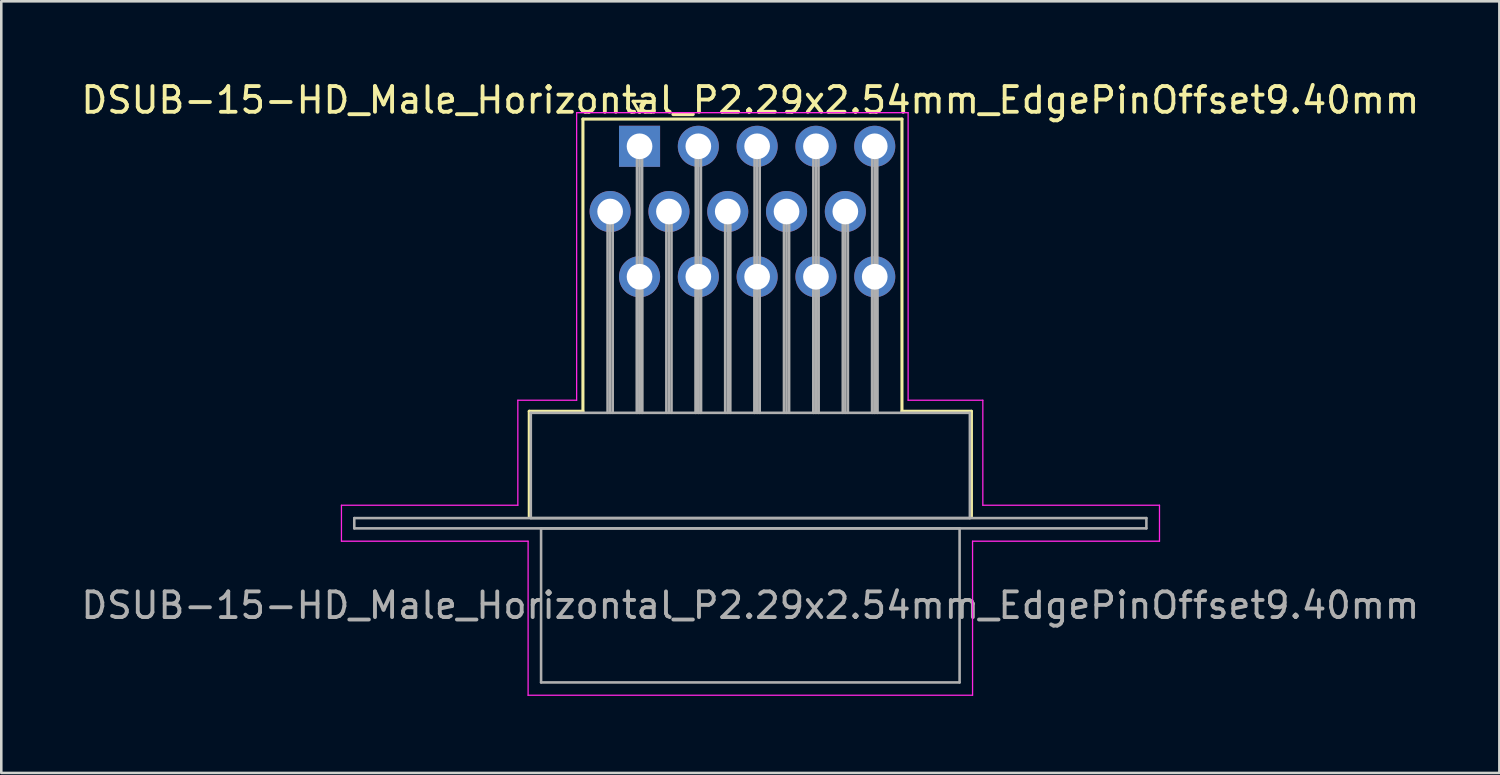
<source format=kicad_pcb>
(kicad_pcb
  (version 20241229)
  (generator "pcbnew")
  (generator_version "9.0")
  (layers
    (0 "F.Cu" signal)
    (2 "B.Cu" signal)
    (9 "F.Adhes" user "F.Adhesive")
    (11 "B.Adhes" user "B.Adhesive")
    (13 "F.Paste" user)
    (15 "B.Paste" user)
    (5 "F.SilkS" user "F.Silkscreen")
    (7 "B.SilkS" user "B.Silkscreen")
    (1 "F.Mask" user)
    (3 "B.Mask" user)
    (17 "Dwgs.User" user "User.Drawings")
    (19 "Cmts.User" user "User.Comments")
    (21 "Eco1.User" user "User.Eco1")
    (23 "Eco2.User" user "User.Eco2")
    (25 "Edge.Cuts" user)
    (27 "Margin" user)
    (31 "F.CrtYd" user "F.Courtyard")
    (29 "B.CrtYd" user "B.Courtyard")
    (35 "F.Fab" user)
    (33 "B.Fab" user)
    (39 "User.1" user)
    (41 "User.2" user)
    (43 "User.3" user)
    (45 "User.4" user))
  (footprint "DSUB-15-HD_Male_Horizontal_P2.29x2.54mm_EdgePinOffset9.40mm"
    (layer "F.Cu")
    (at 21.858 2.648)
    (property "Reference" "DSUB-15-HD_Male_Horizontal_P2.29x2.54mm_EdgePinOffset9.40mm" (at 4.315 -1.8 0) (layer "F.SilkS") (effects (font (size 1 1) (thickness 0.15))))
    (attr through_hole)
    (fp_line (start -4.295 10.32) (end -2.205 10.32) (stroke (width 0.12) (type solid)) (layer "F.SilkS"))
    (fp_line (start -4.295 14.42) (end -4.295 10.32) (stroke (width 0.12) (type solid)) (layer "F.SilkS"))
    (fp_line (start -2.205 -1.06) (end 10.22 -1.06) (stroke (width 0.12) (type solid)) (layer "F.SilkS"))
    (fp_line (start -2.205 10.32) (end -2.205 -1.06) (stroke (width 0.12) (type solid)) (layer "F.SilkS"))
    (fp_line (start -0.25 -1.754) (end 0.25 -1.754) (stroke (width 0.12) (type solid)) (layer "F.SilkS"))
    (fp_line (start 0 -1.321) (end -0.25 -1.754) (stroke (width 0.12) (type solid)) (layer "F.SilkS"))
    (fp_line (start 0.25 -1.754) (end 0 -1.321) (stroke (width 0.12) (type solid)) (layer "F.SilkS"))
    (fp_line (start 10.22 -1.06) (end 10.22 10.32) (stroke (width 0.12) (type solid)) (layer "F.SilkS"))
    (fp_line (start 10.22 10.32) (end 12.925 10.32) (stroke (width 0.12) (type solid)) (layer "F.SilkS"))
    (fp_line (start 12.925 10.32) (end 12.925 14.42) (stroke (width 0.12) (type solid)) (layer "F.SilkS"))
    (fp_line (start -11.61 13.98) (end -4.74 13.98) (stroke (width 0.05) (type solid)) (layer "F.CrtYd"))
    (fp_line (start -11.61 15.38) (end -11.61 13.98) (stroke (width 0.05) (type solid)) (layer "F.CrtYd"))
    (fp_line (start -4.74 9.89) (end -2.45 9.89) (stroke (width 0.05) (type solid)) (layer "F.CrtYd"))
    (fp_line (start -4.74 13.98) (end -4.74 9.89) (stroke (width 0.05) (type solid)) (layer "F.CrtYd"))
    (fp_line (start -4.34 15.38) (end -11.61 15.38) (stroke (width 0.05) (type solid)) (layer "F.CrtYd"))
    (fp_line (start -4.34 21.38) (end -4.34 15.38) (stroke (width 0.05) (type solid)) (layer "F.CrtYd"))
    (fp_line (start -2.45 -1.31) (end 10.46 -1.31) (stroke (width 0.05) (type solid)) (layer "F.CrtYd"))
    (fp_line (start -2.45 9.89) (end -2.45 -1.31) (stroke (width 0.05) (type solid)) (layer "F.CrtYd"))
    (fp_line (start 10.46 -1.31) (end 10.46 9.89) (stroke (width 0.05) (type solid)) (layer "F.CrtYd"))
    (fp_line (start 10.46 9.89) (end 13.37 9.89) (stroke (width 0.05) (type solid)) (layer "F.CrtYd"))
    (fp_line (start 12.97 15.38) (end 12.97 21.38) (stroke (width 0.05) (type solid)) (layer "F.CrtYd"))
    (fp_line (start 12.97 21.38) (end -4.34 21.38) (stroke (width 0.05) (type solid)) (layer "F.CrtYd"))
    (fp_line (start 13.37 9.89) (end 13.37 13.98) (stroke (width 0.05) (type solid)) (layer "F.CrtYd"))
    (fp_line (start 13.37 13.98) (end 20.25 13.98) (stroke (width 0.05) (type solid)) (layer "F.CrtYd"))
    (fp_line (start 20.25 13.98) (end 20.25 15.38) (stroke (width 0.05) (type solid)) (layer "F.CrtYd"))
    (fp_line (start 20.25 15.38) (end 12.97 15.38) (stroke (width 0.05) (type solid)) (layer "F.CrtYd"))
    (fp_line (start -11.11 14.48) (end -11.11 14.88) (stroke (width 0.1) (type solid)) (layer "F.Fab"))
    (fp_line (start -11.11 14.88) (end 19.74 14.88) (stroke (width 0.1) (type solid)) (layer "F.Fab"))
    (fp_line (start -4.235 10.38) (end -4.235 14.48) (stroke (width 0.1) (type solid)) (layer "F.Fab"))
    (fp_line (start -4.235 14.48) (end 12.865 14.48) (stroke (width 0.1) (type solid)) (layer "F.Fab"))
    (fp_line (start -3.835 14.88) (end -3.835 20.88) (stroke (width 0.1) (type solid)) (layer "F.Fab"))
    (fp_line (start -3.835 20.88) (end 12.465 20.88) (stroke (width 0.1) (type solid)) (layer "F.Fab"))
    (fp_line (start -1.245 2.54) (end -1.245 10.38) (stroke (width 0.1) (type solid)) (layer "F.Fab"))
    (fp_line (start -1.145 2.54) (end -1.145 10.38) (stroke (width 0.1) (type solid)) (layer "F.Fab"))
    (fp_line (start -1.045 2.54) (end -1.045 10.38) (stroke (width 0.1) (type solid)) (layer "F.Fab"))
    (fp_line (start -0.1 0) (end -0.1 10.38) (stroke (width 0.1) (type solid)) (layer "F.Fab"))
    (fp_line (start -0.1 5.08) (end -0.1 10.38) (stroke (width 0.1) (type solid)) (layer "F.Fab"))
    (fp_line (start 0 0) (end 0 10.38) (stroke (width 0.1) (type solid)) (layer "F.Fab"))
    (fp_line (start 0 5.08) (end 0 10.38) (stroke (width 0.1) (type solid)) (layer "F.Fab"))
    (fp_line (start 0.1 0) (end 0.1 10.38) (stroke (width 0.1) (type solid)) (layer "F.Fab"))
    (fp_line (start 0.1 5.08) (end 0.1 10.38) (stroke (width 0.1) (type solid)) (layer "F.Fab"))
    (fp_line (start 1.045 2.54) (end 1.045 10.38) (stroke (width 0.1) (type solid)) (layer "F.Fab"))
    (fp_line (start 1.145 2.54) (end 1.145 10.38) (stroke (width 0.1) (type solid)) (layer "F.Fab"))
    (fp_line (start 1.245 2.54) (end 1.245 10.38) (stroke (width 0.1) (type solid)) (layer "F.Fab"))
    (fp_line (start 2.19 0) (end 2.19 10.38) (stroke (width 0.1) (type solid)) (layer "F.Fab"))
    (fp_line (start 2.19 5.08) (end 2.19 10.38) (stroke (width 0.1) (type solid)) (layer "F.Fab"))
    (fp_line (start 2.29 0) (end 2.29 10.38) (stroke (width 0.1) (type solid)) (layer "F.Fab"))
    (fp_line (start 2.29 5.08) (end 2.29 10.38) (stroke (width 0.1) (type solid)) (layer "F.Fab"))
    (fp_line (start 2.39 0) (end 2.39 10.38) (stroke (width 0.1) (type solid)) (layer "F.Fab"))
    (fp_line (start 2.39 5.08) (end 2.39 10.38) (stroke (width 0.1) (type solid)) (layer "F.Fab"))
    (fp_line (start 3.335 2.54) (end 3.335 10.38) (stroke (width 0.1) (type solid)) (layer "F.Fab"))
    (fp_line (start 3.435 2.54) (end 3.435 10.38) (stroke (width 0.1) (type solid)) (layer "F.Fab"))
    (fp_line (start 3.535 2.54) (end 3.535 10.38) (stroke (width 0.1) (type solid)) (layer "F.Fab"))
    (fp_line (start 4.48 0) (end 4.48 10.38) (stroke (width 0.1) (type solid)) (layer "F.Fab"))
    (fp_line (start 4.48 5.08) (end 4.48 10.38) (stroke (width 0.1) (type solid)) (layer "F.Fab"))
    (fp_line (start 4.58 0) (end 4.58 10.38) (stroke (width 0.1) (type solid)) (layer "F.Fab"))
    (fp_line (start 4.58 5.08) (end 4.58 10.38) (stroke (width 0.1) (type solid)) (layer "F.Fab"))
    (fp_line (start 4.68 0) (end 4.68 10.38) (stroke (width 0.1) (type solid)) (layer "F.Fab"))
    (fp_line (start 4.68 5.08) (end 4.68 10.38) (stroke (width 0.1) (type solid)) (layer "F.Fab"))
    (fp_line (start 5.625 2.54) (end 5.625 10.38) (stroke (width 0.1) (type solid)) (layer "F.Fab"))
    (fp_line (start 5.725 2.54) (end 5.725 10.38) (stroke (width 0.1) (type solid)) (layer "F.Fab"))
    (fp_line (start 5.825 2.54) (end 5.825 10.38) (stroke (width 0.1) (type solid)) (layer "F.Fab"))
    (fp_line (start 6.77 0) (end 6.77 10.38) (stroke (width 0.1) (type solid)) (layer "F.Fab"))
    (fp_line (start 6.77 5.08) (end 6.77 10.38) (stroke (width 0.1) (type solid)) (layer "F.Fab"))
    (fp_line (start 6.87 0) (end 6.87 10.38) (stroke (width 0.1) (type solid)) (layer "F.Fab"))
    (fp_line (start 6.87 5.08) (end 6.87 10.38) (stroke (width 0.1) (type solid)) (layer "F.Fab"))
    (fp_line (start 6.97 0) (end 6.97 10.38) (stroke (width 0.1) (type solid)) (layer "F.Fab"))
    (fp_line (start 6.97 5.08) (end 6.97 10.38) (stroke (width 0.1) (type solid)) (layer "F.Fab"))
    (fp_line (start 7.915 2.54) (end 7.915 10.38) (stroke (width 0.1) (type solid)) (layer "F.Fab"))
    (fp_line (start 8.015 2.54) (end 8.015 10.38) (stroke (width 0.1) (type solid)) (layer "F.Fab"))
    (fp_line (start 8.115 2.54) (end 8.115 10.38) (stroke (width 0.1) (type solid)) (layer "F.Fab"))
    (fp_line (start 9.06 0) (end 9.06 10.38) (stroke (width 0.1) (type solid)) (layer "F.Fab"))
    (fp_line (start 9.06 5.08) (end 9.06 10.38) (stroke (width 0.1) (type solid)) (layer "F.Fab"))
    (fp_line (start 9.16 0) (end 9.16 10.38) (stroke (width 0.1) (type solid)) (layer "F.Fab"))
    (fp_line (start 9.16 5.08) (end 9.16 10.38) (stroke (width 0.1) (type solid)) (layer "F.Fab"))
    (fp_line (start 9.26 0) (end 9.26 10.38) (stroke (width 0.1) (type solid)) (layer "F.Fab"))
    (fp_line (start 9.26 5.08) (end 9.26 10.38) (stroke (width 0.1) (type solid)) (layer "F.Fab"))
    (fp_line (start 12.465 14.88) (end -3.835 14.88) (stroke (width 0.1) (type solid)) (layer "F.Fab"))
    (fp_line (start 12.465 20.88) (end 12.465 14.88) (stroke (width 0.1) (type solid)) (layer "F.Fab"))
    (fp_line (start 12.865 10.38) (end -4.235 10.38) (stroke (width 0.1) (type solid)) (layer "F.Fab"))
    (fp_line (start 12.865 14.48) (end 12.865 10.38) (stroke (width 0.1) (type solid)) (layer "F.Fab"))
    (fp_line (start 19.74 14.48) (end -11.11 14.48) (stroke (width 0.1) (type solid)) (layer "F.Fab"))
    (fp_line (start 19.74 14.88) (end 19.74 14.48) (stroke (width 0.1) (type solid)) (layer "F.Fab"))
    (fp_text user "${REFERENCE}" (at 4.315 17.88 0) (layer "F.Fab") (effects (font (size 1 1) (thickness 0.15))))
    (pad "1" thru_hole rect (at 0 0) (size 1.6 1.6) (drill 1) (layers "*.Cu" "*.Mask"))
    (pad "2" thru_hole circle (at 2.29 0) (size 1.6 1.6) (drill 1) (layers "*.Cu" "*.Mask"))
    (pad "3" thru_hole circle (at 4.58 0) (size 1.6 1.6) (drill 1) (layers "*.Cu" "*.Mask"))
    (pad "4" thru_hole circle (at 6.87 0) (size 1.6 1.6) (drill 1) (layers "*.Cu" "*.Mask"))
    (pad "5" thru_hole circle (at 9.16 0) (size 1.6 1.6) (drill 1) (layers "*.Cu" "*.Mask"))
    (pad "6" thru_hole circle (at -1.145 2.54) (size 1.6 1.6) (drill 1) (layers "*.Cu" "*.Mask"))
    (pad "7" thru_hole circle (at 1.145 2.54) (size 1.6 1.6) (drill 1) (layers "*.Cu" "*.Mask"))
    (pad "8" thru_hole circle (at 3.435 2.54) (size 1.6 1.6) (drill 1) (layers "*.Cu" "*.Mask"))
    (pad "9" thru_hole circle (at 5.725 2.54) (size 1.6 1.6) (drill 1) (layers "*.Cu" "*.Mask"))
    (pad "10" thru_hole circle (at 8.015 2.54) (size 1.6 1.6) (drill 1) (layers "*.Cu" "*.Mask"))
    (pad "11" thru_hole circle (at 0 5.08) (size 1.6 1.6) (drill 1) (layers "*.Cu" "*.Mask"))
    (pad "12" thru_hole circle (at 2.29 5.08) (size 1.6 1.6) (drill 1) (layers "*.Cu" "*.Mask"))
    (pad "13" thru_hole circle (at 4.58 5.08) (size 1.6 1.6) (drill 1) (layers "*.Cu" "*.Mask"))
    (pad "14" thru_hole circle (at 6.87 5.08) (size 1.6 1.6) (drill 1) (layers "*.Cu" "*.Mask"))
    (pad "15" thru_hole circle (at 9.16 5.08) (size 1.6 1.6) (drill 1) (layers "*.Cu" "*.Mask")))
  (gr_rect
    (start -3 -3)
    (end 55.345 27.053)
    (stroke (width 0.1) (type default))
    (fill no)
    (layer "Edge.Cuts")))
</source>
